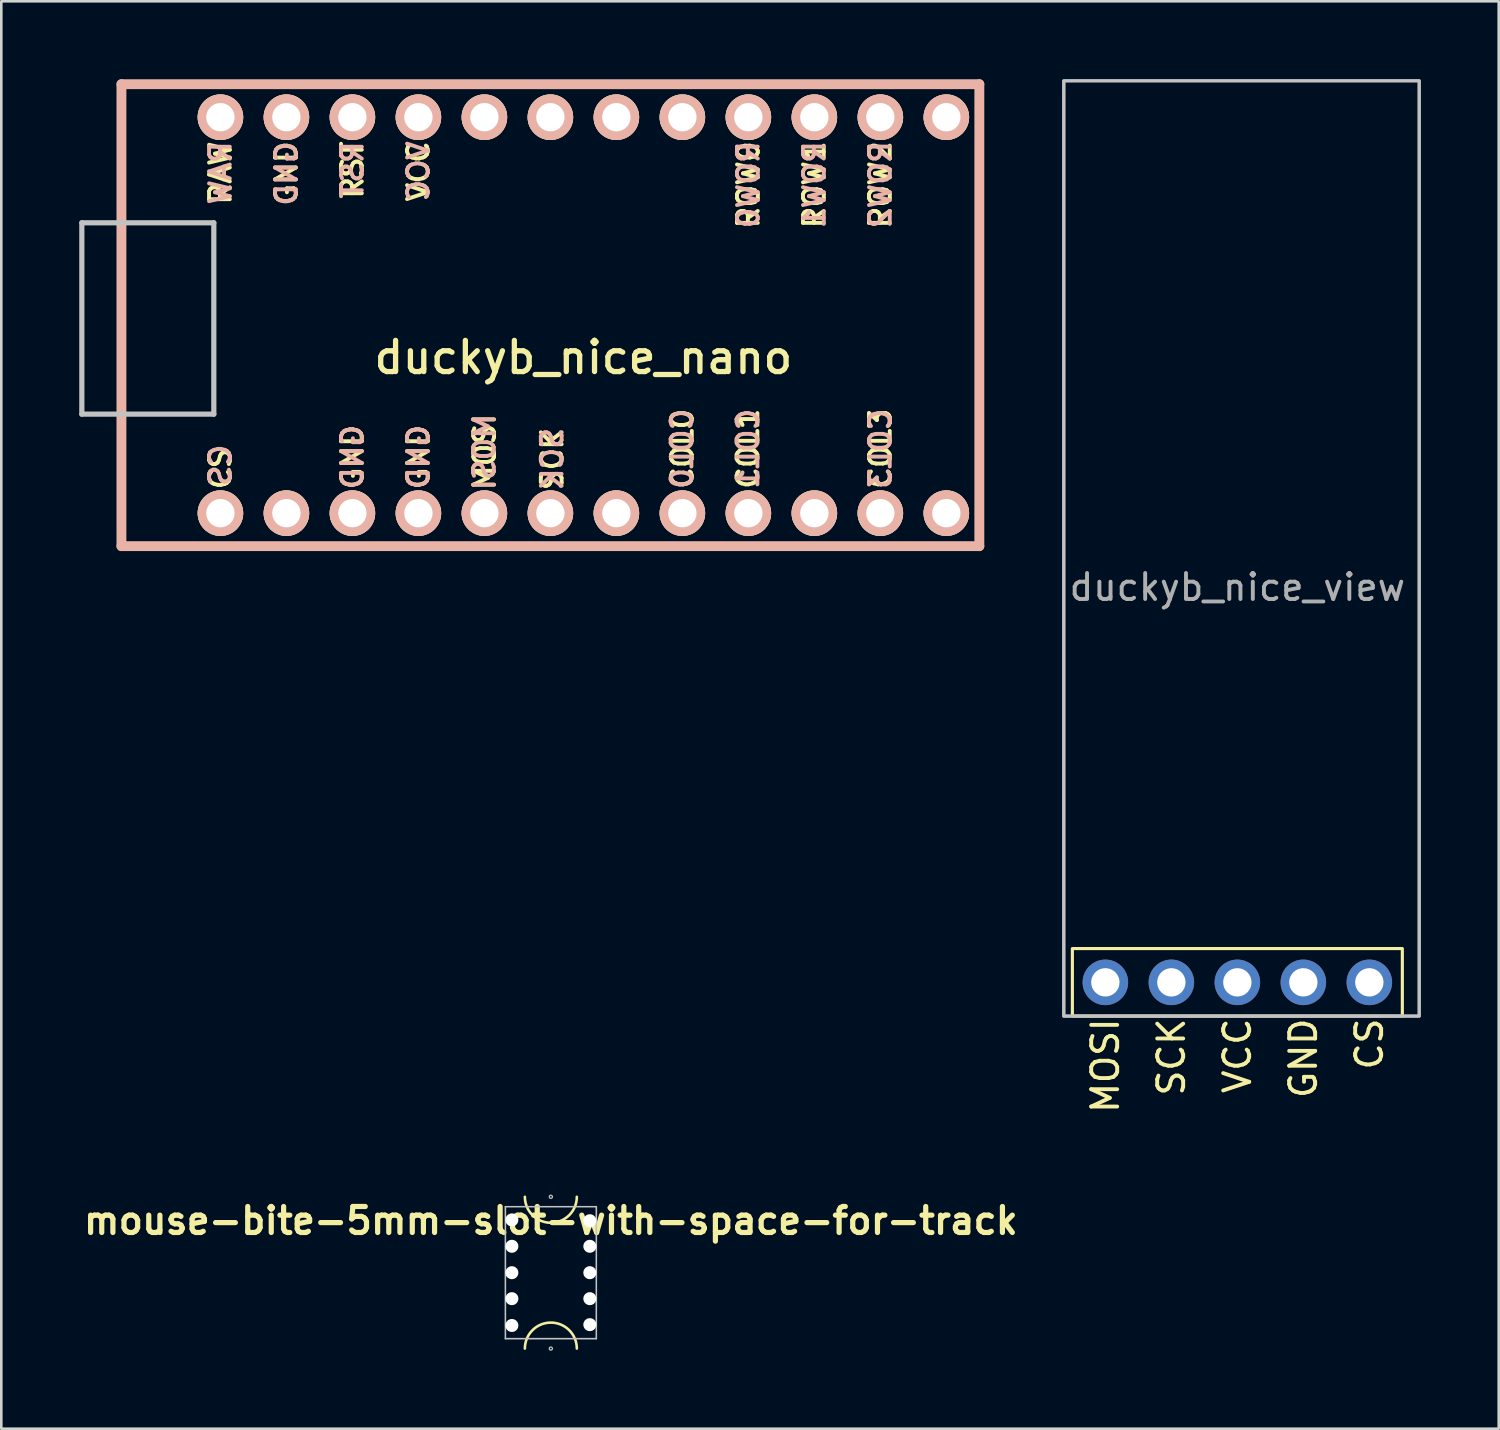
<source format=kicad_pcb>
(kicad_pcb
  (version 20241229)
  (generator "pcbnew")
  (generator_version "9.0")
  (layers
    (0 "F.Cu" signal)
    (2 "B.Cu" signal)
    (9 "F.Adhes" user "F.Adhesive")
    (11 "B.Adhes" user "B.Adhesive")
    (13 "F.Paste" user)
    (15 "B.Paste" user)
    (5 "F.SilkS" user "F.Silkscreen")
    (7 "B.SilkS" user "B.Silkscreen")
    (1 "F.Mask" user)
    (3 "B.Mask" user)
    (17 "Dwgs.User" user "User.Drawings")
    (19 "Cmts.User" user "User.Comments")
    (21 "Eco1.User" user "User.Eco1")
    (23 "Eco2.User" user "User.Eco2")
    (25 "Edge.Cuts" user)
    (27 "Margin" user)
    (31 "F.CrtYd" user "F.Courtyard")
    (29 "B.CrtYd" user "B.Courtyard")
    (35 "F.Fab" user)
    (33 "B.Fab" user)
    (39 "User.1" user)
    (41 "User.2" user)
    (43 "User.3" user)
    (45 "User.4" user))
  (footprint "mouse-bite-5mm-slot-with-space-for-track"
    (layer "F.Cu")
    (at 18.152 45.935)
    (property "Reference" "mouse-bite-5mm-slot-with-space-for-track" (at 0 -2 0) (layer "F.SilkS") (effects (font (size 1 1) (thickness 0.2))))
    (attr exclude_from_pos_files exclude_from_bom)
    (fp_arc (start -1 2.921) (mid 0 1.921) (end 1 2.921) (stroke (width 0.1) (type solid)) (layer "F.SilkS"))
    (fp_arc (start 1 -2.921) (mid 0 -1.921) (end -1 -2.921) (stroke (width 0.1) (type solid)) (layer "F.SilkS"))
    (fp_line (start -1.75 -2.54) (end 1.75 -2.54) (stroke (width 0.06) (type solid)) (layer "Dwgs.User"))
    (fp_line (start -1.75 2.54) (end -1.75 -2.54) (stroke (width 0.06) (type solid)) (layer "Dwgs.User"))
    (fp_line (start -1.75 2.54) (end 1.75 2.54) (stroke (width 0.06) (type solid)) (layer "Dwgs.User"))
    (fp_line (start 1.75 -2.54) (end 1.75 2.54) (stroke (width 0.06) (type solid)) (layer "Dwgs.User"))
    (fp_circle (center 0 -2.921) (end 0.06 -2.921) (stroke (width 0.05) (type solid)) (fill no) (layer "Dwgs.User"))
    (fp_circle (center 0 2.921) (end 0.06 2.921) (stroke (width 0.05) (type solid)) (fill no) (layer "Dwgs.User"))
    (pad "" np_thru_hole circle (at -1.5 -2.032) (size 0.5 0.5) (drill 0.5) (layers "*.Cu" "*.Mask"))
    (pad "" np_thru_hole circle (at -1.5 -1.016) (size 0.5 0.5) (drill 0.5) (layers "*.Cu" "*.Mask"))
    (pad "" np_thru_hole circle (at -1.5 0) (size 0.5 0.5) (drill 0.5) (layers "*.Cu" "*.Mask"))
    (pad "" np_thru_hole circle (at -1.5 1) (size 0.5 0.5) (drill 0.5) (layers "*.Cu" "*.Mask"))
    (pad "" np_thru_hole circle (at -1.5 2.032) (size 0.5 0.5) (drill 0.5) (layers "*.Cu" "*.Mask"))
    (pad "" np_thru_hole circle (at 1.5 -2) (size 0.5 0.5) (drill 0.5) (layers "*.Cu" "*.Mask"))
    (pad "" np_thru_hole circle (at 1.5 -1.016) (size 0.5 0.5) (drill 0.5) (layers "*.Cu" "*.Mask"))
    (pad "" np_thru_hole circle (at 1.5 0) (size 0.5 0.5) (drill 0.5) (layers "*.Cu" "*.Mask"))
    (pad "" np_thru_hole circle (at 1.5 1) (size 0.5 0.5) (drill 0.5) (layers "*.Cu" "*.Mask"))
    (pad "" np_thru_hole circle (at 1.5 2) (size 0.5 0.5) (drill 0.5) (layers "*.Cu" "*.Mask")))
  (footprint "duckyb_nice_view"
    (layer "F.Cu")
    (at 44.575 18.28)
    (property "Reference" "duckyb_nice_view" (at 0 1.27 0) (unlocked yes) (layer "F.Fab") (effects (font (size 1 1) (thickness 0.15))))
    (attr through_hole)
    (fp_rect (start -6.35 15.18) (end 6.35 17.78) (stroke (width 0.12) (type solid)) (fill no) (layer "F.SilkS"))
    (fp_rect (start 7 17.78) (end -6.68 -18.22) (stroke (width 0.12) (type solid)) (fill no) (layer "Dwgs.User"))
    (fp_rect (start 7 17.78) (end -6.68 -18.22) (stroke (width 0.12) (type solid)) (fill no) (layer "F.Fab"))
    (fp_text user "CS" (at 5.08 17.78 90) (unlocked yes) (layer "F.SilkS") (effects (font (size 1 1) (thickness 0.15)) (justify right)))
    (fp_text user "SCK" (at -2.54 17.78 90) (unlocked yes) (layer "F.SilkS") (effects (font (size 1 1) (thickness 0.15)) (justify right)))
    (fp_text user "GND" (at 2.54 17.78 90) (unlocked yes) (layer "F.SilkS") (effects (font (size 1 1) (thickness 0.15)) (justify right)))
    (fp_text user "VCC" (at 0 17.78 90) (unlocked yes) (layer "F.SilkS") (effects (font (size 1 1) (thickness 0.15)) (justify right)))
    (fp_text user "MOSI" (at -5.08 17.78 90) (unlocked yes) (layer "F.SilkS") (effects (font (size 1 1) (thickness 0.15)) (justify right)))
    (pad "1" thru_hole circle (at -5.08 16.48) (size 1.753 1.753) (drill 1.092) (layers "*.Cu" "*.Mask"))
    (pad "2" thru_hole circle (at -2.54 16.48) (size 1.753 1.753) (drill 1.092) (layers "*.Cu" "*.Mask"))
    (pad "3" thru_hole circle (at 0 16.48) (size 1.753 1.753) (drill 1.092) (layers "*.Cu" "*.Mask"))
    (pad "4" thru_hole circle (at 2.54 16.48) (size 1.753 1.753) (drill 1.092) (layers "*.Cu" "*.Mask"))
    (pad "5" thru_hole circle (at 5.08 16.48) (size 1.753 1.753) (drill 1.092) (layers "*.Cu" "*.Mask")))
  (footprint "duckyb_nice_nano"
    (layer "F.Cu")
    (at 19.404 9.081)
    (property "Reference" "duckyb_nice_nano" (at 0 1.625 180) (layer "F.SilkS") (effects (font (size 1.2 1.2) (thickness 0.203))))
    (attr through_hole)
    (fp_line (start -17.78 -8.89) (end -17.78 8.89) (stroke (width 0.381) (type solid)) (layer "B.SilkS"))
    (fp_line (start -17.78 8.89) (end 15.24 8.89) (stroke (width 0.381) (type solid)) (layer "B.SilkS"))
    (fp_line (start 15.24 -8.89) (end -17.78 -8.89) (stroke (width 0.381) (type solid)) (layer "B.SilkS"))
    (fp_line (start 15.24 8.89) (end 15.24 -8.89) (stroke (width 0.381) (type solid)) (layer "B.SilkS"))
    (fp_line (start -19.304 -3.556) (end -14.224 -3.556) (stroke (width 0.2) (type solid)) (layer "Dwgs.User"))
    (fp_line (start -19.304 3.81) (end -19.304 -3.556) (stroke (width 0.2) (type solid)) (layer "Dwgs.User"))
    (fp_line (start -14.224 -3.556) (end -14.224 3.81) (stroke (width 0.2) (type solid)) (layer "Dwgs.User"))
    (fp_line (start -14.224 3.81) (end -19.304 3.81) (stroke (width 0.2) (type solid)) (layer "Dwgs.User"))
    (fp_text user "ROW0" (at 6.35 -5.02 90) (layer "F.SilkS") (effects (font (size 0.8 0.8) (thickness 0.15))))
    (fp_text user "MOSI" (at -3.8 5.267 90) (layer "F.SilkS") (effects (font (size 0.8 0.8) (thickness 0.15))))
    (fp_text user "COL1" (at 6.335 5.14 90) (layer "F.SilkS") (effects (font (size 0.8 0.8) (thickness 0.15))))
    (fp_text user "ROW1" (at 8.89 -5.02 90) (layer "F.SilkS") (effects (font (size 0.8 0.8) (thickness 0.15))))
    (fp_text user "GND" (at -6.35 5.461 90) (layer "F.SilkS") (effects (font (size 0.8 0.8) (thickness 0.15))))
    (fp_text user "GND" (at -11.43 -5.455 90) (layer "F.SilkS") (effects (font (size 0.8 0.8) (thickness 0.15))))
    (fp_text user "COL3" (at 11.43 5.14 90) (layer "F.SilkS") (effects (font (size 0.8 0.8) (thickness 0.15))))
    (fp_text user "VCC" (at -6.35 -5.537 90) (layer "F.SilkS") (effects (font (size 0.8 0.8) (thickness 0.15))))
    (fp_text user "COL0" (at 3.81 5.14 90) (layer "F.SilkS") (effects (font (size 0.8 0.8) (thickness 0.15))))
    (fp_text user "RST" (at -8.89 -5.588 90) (layer "F.SilkS") (effects (font (size 0.8 0.8) (thickness 0.15))))
    (fp_text user "GND" (at -8.89 5.461 90) (layer "F.SilkS") (effects (font (size 0.8 0.8) (thickness 0.15))))
    (fp_text user "RAW" (at -13.97 -5.474 90) (layer "F.SilkS") (effects (font (size 0.8 0.8) (thickness 0.15))))
    (fp_text user "CS" (at -13.97 5.902 90) (layer "F.SilkS") (effects (font (size 0.8 0.8) (thickness 0.15))))
    (fp_text user "ROW2" (at 11.43 -5.02 90) (layer "F.SilkS") (effects (font (size 0.8 0.8) (thickness 0.15))))
    (fp_text user "SCK" (at -1.2 5.537 90) (layer "F.SilkS") (effects (font (size 0.8 0.8) (thickness 0.15))))
    (fp_text user "RST" (at -8.89 -5.588 90) (layer "B.SilkS") (effects (font (size 0.8 0.8) (thickness 0.15)) (justify mirror)))
    (fp_text user "COL3" (at 11.43 5.14 90) (layer "B.SilkS") (effects (font (size 0.8 0.8) (thickness 0.15)) (justify mirror)))
    (fp_text user "SCK" (at -1.2 5.537 90) (layer "B.SilkS") (effects (font (size 0.8 0.8) (thickness 0.15)) (justify mirror)))
    (fp_text user "GND" (at -6.35 5.461 90) (layer "B.SilkS") (effects (font (size 0.8 0.8) (thickness 0.15)) (justify mirror)))
    (fp_text user "GND" (at -11.43 -5.455 90) (layer "B.SilkS") (effects (font (size 0.8 0.8) (thickness 0.15)) (justify mirror)))
    (fp_text user "COL0" (at 3.795 5.14 90) (layer "B.SilkS") (effects (font (size 0.8 0.8) (thickness 0.15)) (justify mirror)))
    (fp_text user "MOSI" (at -3.81 5.267 90) (layer "B.SilkS") (effects (font (size 0.8 0.8) (thickness 0.15)) (justify mirror)))
    (fp_text user "GND" (at -8.89 5.461 90) (layer "B.SilkS") (effects (font (size 0.8 0.8) (thickness 0.15)) (justify mirror)))
    (fp_text user "COL1" (at 6.335 5.14 90) (layer "B.SilkS") (effects (font (size 0.8 0.8) (thickness 0.15)) (justify mirror)))
    (fp_text user "RAW" (at -13.97 -5.474 90) (layer "B.SilkS") (effects (font (size 0.8 0.8) (thickness 0.15)) (justify mirror)))
    (fp_text user "CS" (at -13.97 5.775 90) (layer "B.SilkS") (effects (font (size 0.8 0.8) (thickness 0.15)) (justify mirror)))
    (fp_text user "ROW1" (at 8.89 -5.02 90) (layer "B.SilkS") (effects (font (size 0.8 0.8) (thickness 0.15)) (justify mirror)))
    (fp_text user "ROW0" (at 6.35 -5.02 90) (layer "B.SilkS") (effects (font (size 0.8 0.8) (thickness 0.15)) (justify mirror)))
    (fp_text user "VCC" (at -6.35 -5.537 90) (layer "B.SilkS") (effects (font (size 0.8 0.8) (thickness 0.15)) (justify mirror)))
    (fp_text user "ROW2" (at 11.43 -5.02 90) (layer "B.SilkS") (effects (font (size 0.8 0.8) (thickness 0.15)) (justify mirror)))
    (pad "1" thru_hole circle (at -13.97 7.62) (size 1.753 1.753) (drill 1.092) (layers "*.Cu" "*.SilkS" "*.Mask"))
    (pad "2" thru_hole circle (at -11.43 7.62) (size 1.753 1.753) (drill 1.092) (layers "*.Cu" "*.SilkS" "*.Mask"))
    (pad "3" thru_hole circle (at -8.89 7.62) (size 1.753 1.753) (drill 1.092) (layers "*.Cu" "*.SilkS" "*.Mask"))
    (pad "4" thru_hole circle (at -6.35 7.62) (size 1.753 1.753) (drill 1.092) (layers "*.Cu" "*.SilkS" "*.Mask"))
    (pad "5" thru_hole circle (at -3.81 7.62) (size 1.753 1.753) (drill 1.092) (layers "*.Cu" "*.SilkS" "*.Mask"))
    (pad "6" thru_hole circle (at -1.27 7.62) (size 1.753 1.753) (drill 1.092) (layers "*.Cu" "*.SilkS" "*.Mask"))
    (pad "7" thru_hole circle (at 1.27 7.62) (size 1.753 1.753) (drill 1.092) (layers "*.Cu" "*.SilkS" "*.Mask"))
    (pad "8" thru_hole circle (at 3.81 7.62) (size 1.753 1.753) (drill 1.092) (layers "*.Cu" "*.SilkS" "*.Mask"))
    (pad "9" thru_hole circle (at 6.35 7.62) (size 1.753 1.753) (drill 1.092) (layers "*.Cu" "*.SilkS" "*.Mask"))
    (pad "10" thru_hole circle (at 8.89 7.62) (size 1.753 1.753) (drill 1.092) (layers "*.Cu" "*.SilkS" "*.Mask"))
    (pad "11" thru_hole circle (at 11.43 7.62) (size 1.753 1.753) (drill 1.092) (layers "*.Cu" "*.SilkS" "*.Mask"))
    (pad "12" thru_hole circle (at 13.97 7.62) (size 1.753 1.753) (drill 1.092) (layers "*.Cu" "*.SilkS" "*.Mask"))
    (pad "13" thru_hole circle (at 13.97 -7.62) (size 1.753 1.753) (drill 1.092) (layers "*.Cu" "*.SilkS" "*.Mask"))
    (pad "14" thru_hole circle (at 11.43 -7.62) (size 1.753 1.753) (drill 1.092) (layers "*.Cu" "*.SilkS" "*.Mask"))
    (pad "15" thru_hole circle (at 8.89 -7.62) (size 1.753 1.753) (drill 1.092) (layers "*.Cu" "*.SilkS" "*.Mask"))
    (pad "16" thru_hole circle (at 6.35 -7.62) (size 1.753 1.753) (drill 1.092) (layers "*.Cu" "*.SilkS" "*.Mask"))
    (pad "17" thru_hole circle (at 3.81 -7.62) (size 1.753 1.753) (drill 1.092) (layers "*.Cu" "*.SilkS" "*.Mask"))
    (pad "18" thru_hole circle (at 1.27 -7.62) (size 1.753 1.753) (drill 1.092) (layers "*.Cu" "*.SilkS" "*.Mask"))
    (pad "19" thru_hole circle (at -1.27 -7.62) (size 1.753 1.753) (drill 1.092) (layers "*.Cu" "*.SilkS" "*.Mask"))
    (pad "20" thru_hole circle (at -3.81 -7.62) (size 1.753 1.753) (drill 1.092) (layers "*.Cu" "*.SilkS" "*.Mask"))
    (pad "21" thru_hole circle (at -6.35 -7.62) (size 1.753 1.753) (drill 1.092) (layers "*.Cu" "*.SilkS" "*.Mask"))
    (pad "22" thru_hole circle (at -8.89 -7.62) (size 1.753 1.753) (drill 1.092) (layers "*.Cu" "*.SilkS" "*.Mask"))
    (pad "23" thru_hole circle (at -11.43 -7.62) (size 1.753 1.753) (drill 1.092) (layers "*.Cu" "*.SilkS" "*.Mask"))
    (pad "24" thru_hole circle (at -13.97 -7.62) (size 1.753 1.753) (drill 1.092) (layers "*.Cu" "*.SilkS" "*.Mask")))
  (gr_rect
    (start -3 -3)
    (end 54.635 51.941)
    (stroke (width 0.1) (type default))
    (fill no)
    (layer "Edge.Cuts")))
</source>
